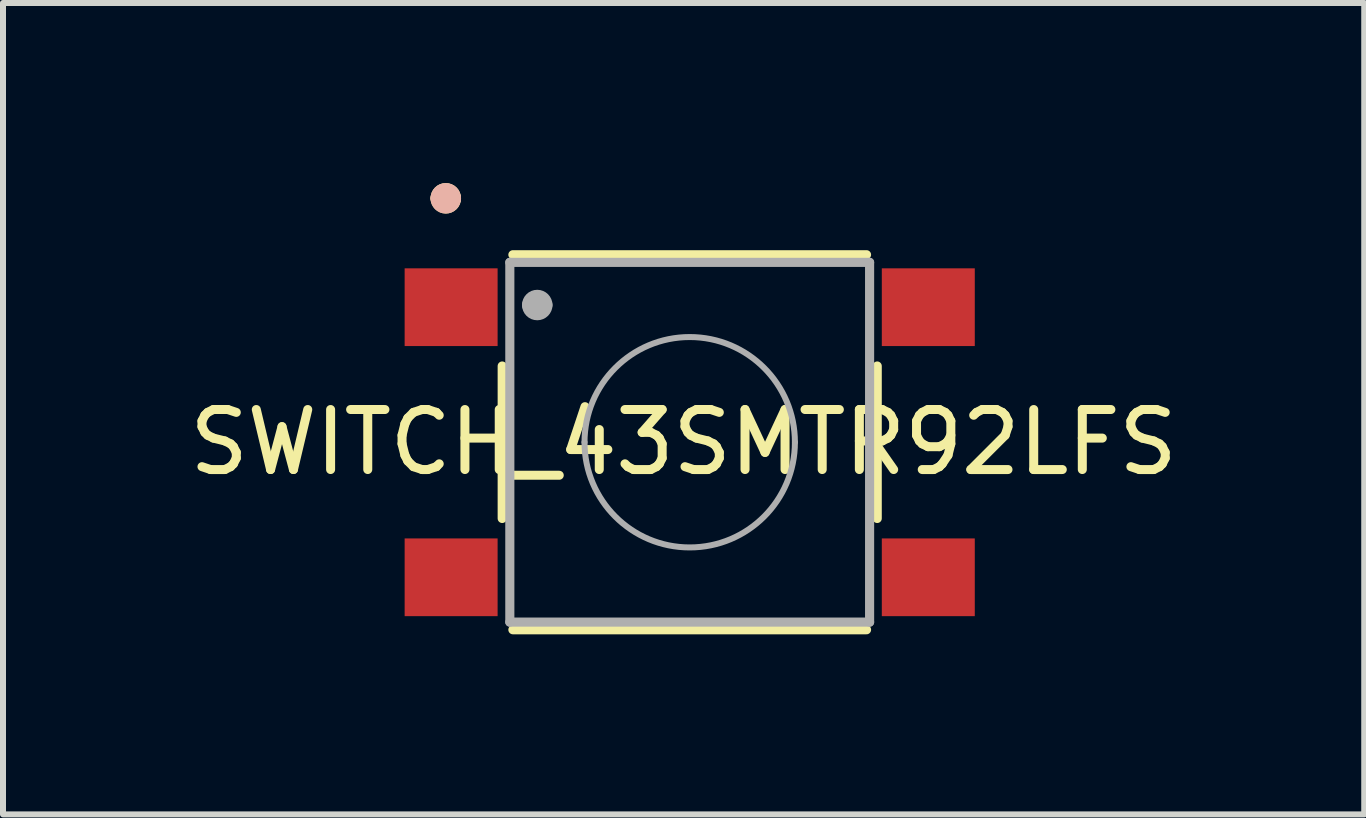
<source format=kicad_pcb>
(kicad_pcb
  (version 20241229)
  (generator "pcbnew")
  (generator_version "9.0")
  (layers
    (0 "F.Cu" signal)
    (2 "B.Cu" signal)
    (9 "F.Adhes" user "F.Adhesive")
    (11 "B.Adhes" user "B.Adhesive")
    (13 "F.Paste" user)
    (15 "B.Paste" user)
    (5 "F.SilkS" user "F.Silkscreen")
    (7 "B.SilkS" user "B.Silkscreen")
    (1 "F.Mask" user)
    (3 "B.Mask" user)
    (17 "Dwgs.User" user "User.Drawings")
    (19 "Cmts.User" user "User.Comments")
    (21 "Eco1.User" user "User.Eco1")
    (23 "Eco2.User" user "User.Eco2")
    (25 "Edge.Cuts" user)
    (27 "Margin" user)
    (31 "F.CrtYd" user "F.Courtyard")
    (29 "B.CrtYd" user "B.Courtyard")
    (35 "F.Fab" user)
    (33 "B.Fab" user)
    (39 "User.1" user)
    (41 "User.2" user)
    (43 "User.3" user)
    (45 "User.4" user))
  (footprint "SWITCH_43SMTR92LFS"
    (layer "F.Cu")
    (at 8.441 4.318)
    (property "Reference" "SWITCH_43SMTR92LFS" (at -0.102 0 0) (layer "F.SilkS") (effects (font (size 1 1) (thickness 0.15))))
    (attr smd)
    (fp_line (start -3.124 -1.27) (end -3.124 1.27) (stroke (width 0.152) (type solid)) (layer "F.SilkS"))
    (fp_line (start -2.946 3.124) (end 2.946 3.124) (stroke (width 0.152) (type solid)) (layer "F.SilkS"))
    (fp_line (start 2.946 -3.124) (end -2.946 -3.124) (stroke (width 0.152) (type solid)) (layer "F.SilkS"))
    (fp_line (start 3.124 1.27) (end 3.124 -1.27) (stroke (width 0.152) (type solid)) (layer "F.SilkS"))
    (fp_arc (start -4.191 -4.064) (mid -4.064 -4.191) (end -3.937 -4.064) (stroke (width 0.254) (type solid)) (layer "F.SilkS"))
    (fp_arc (start -3.937 -4.064) (mid -4.064 -3.937) (end -4.191 -4.064) (stroke (width 0.254) (type solid)) (layer "F.SilkS"))
    (fp_arc (start -4.191 -4.064) (mid -4.064 -4.191) (end -3.937 -4.064) (stroke (width 0.254) (type solid)) (layer "B.SilkS"))
    (fp_arc (start -3.937 -4.064) (mid -4.064 -3.937) (end -4.191 -4.064) (stroke (width 0.254) (type solid)) (layer "B.SilkS"))
    (fp_line (start -2.997 -2.997) (end -2.997 2.997) (stroke (width 0.152) (type solid)) (layer "F.Fab"))
    (fp_line (start -2.997 2.997) (end 2.997 2.997) (stroke (width 0.152) (type solid)) (layer "F.Fab"))
    (fp_line (start 2.997 -2.997) (end -2.997 -2.997) (stroke (width 0.152) (type solid)) (layer "F.Fab"))
    (fp_line (start 2.997 2.997) (end 2.997 -2.997) (stroke (width 0.152) (type solid)) (layer "F.Fab"))
    (fp_arc (start -2.667 -2.286) (mid -2.54 -2.413) (end -2.413 -2.286) (stroke (width 0.254) (type solid)) (layer "F.Fab"))
    (fp_arc (start -2.413 -2.286) (mid -2.54 -2.159) (end -2.667 -2.286) (stroke (width 0.254) (type solid)) (layer "F.Fab"))
    (fp_arc (start -1.7526 0) (mid 0 -1.7526) (end 1.7526 0) (stroke (width 0.1) (type solid)) (layer "F.Fab"))
    (fp_arc (start 1.7526 0) (mid 0 1.7526) (end -1.7526 0) (stroke (width 0.1) (type solid)) (layer "F.Fab"))
    (pad "1" smd rect (at -3.975 -2.25) (size 1.549 1.295) (layers "F.Cu" "F.Mask" "F.Paste"))
    (pad "2" smd rect (at 3.975 -2.25) (size 1.549 1.295) (layers "F.Cu" "F.Mask" "F.Paste"))
    (pad "3" smd rect (at -3.975 2.25) (size 1.549 1.295) (layers "F.Cu" "F.Mask" "F.Paste"))
    (pad "4" smd rect (at 3.975 2.25) (size 1.549 1.295) (layers "F.Cu" "F.Mask" "F.Paste")))
  (gr_rect
    (start -3 -3)
    (end 19.679 10.518)
    (stroke (width 0.1) (type default))
    (fill no)
    (layer "Edge.Cuts")))
</source>
